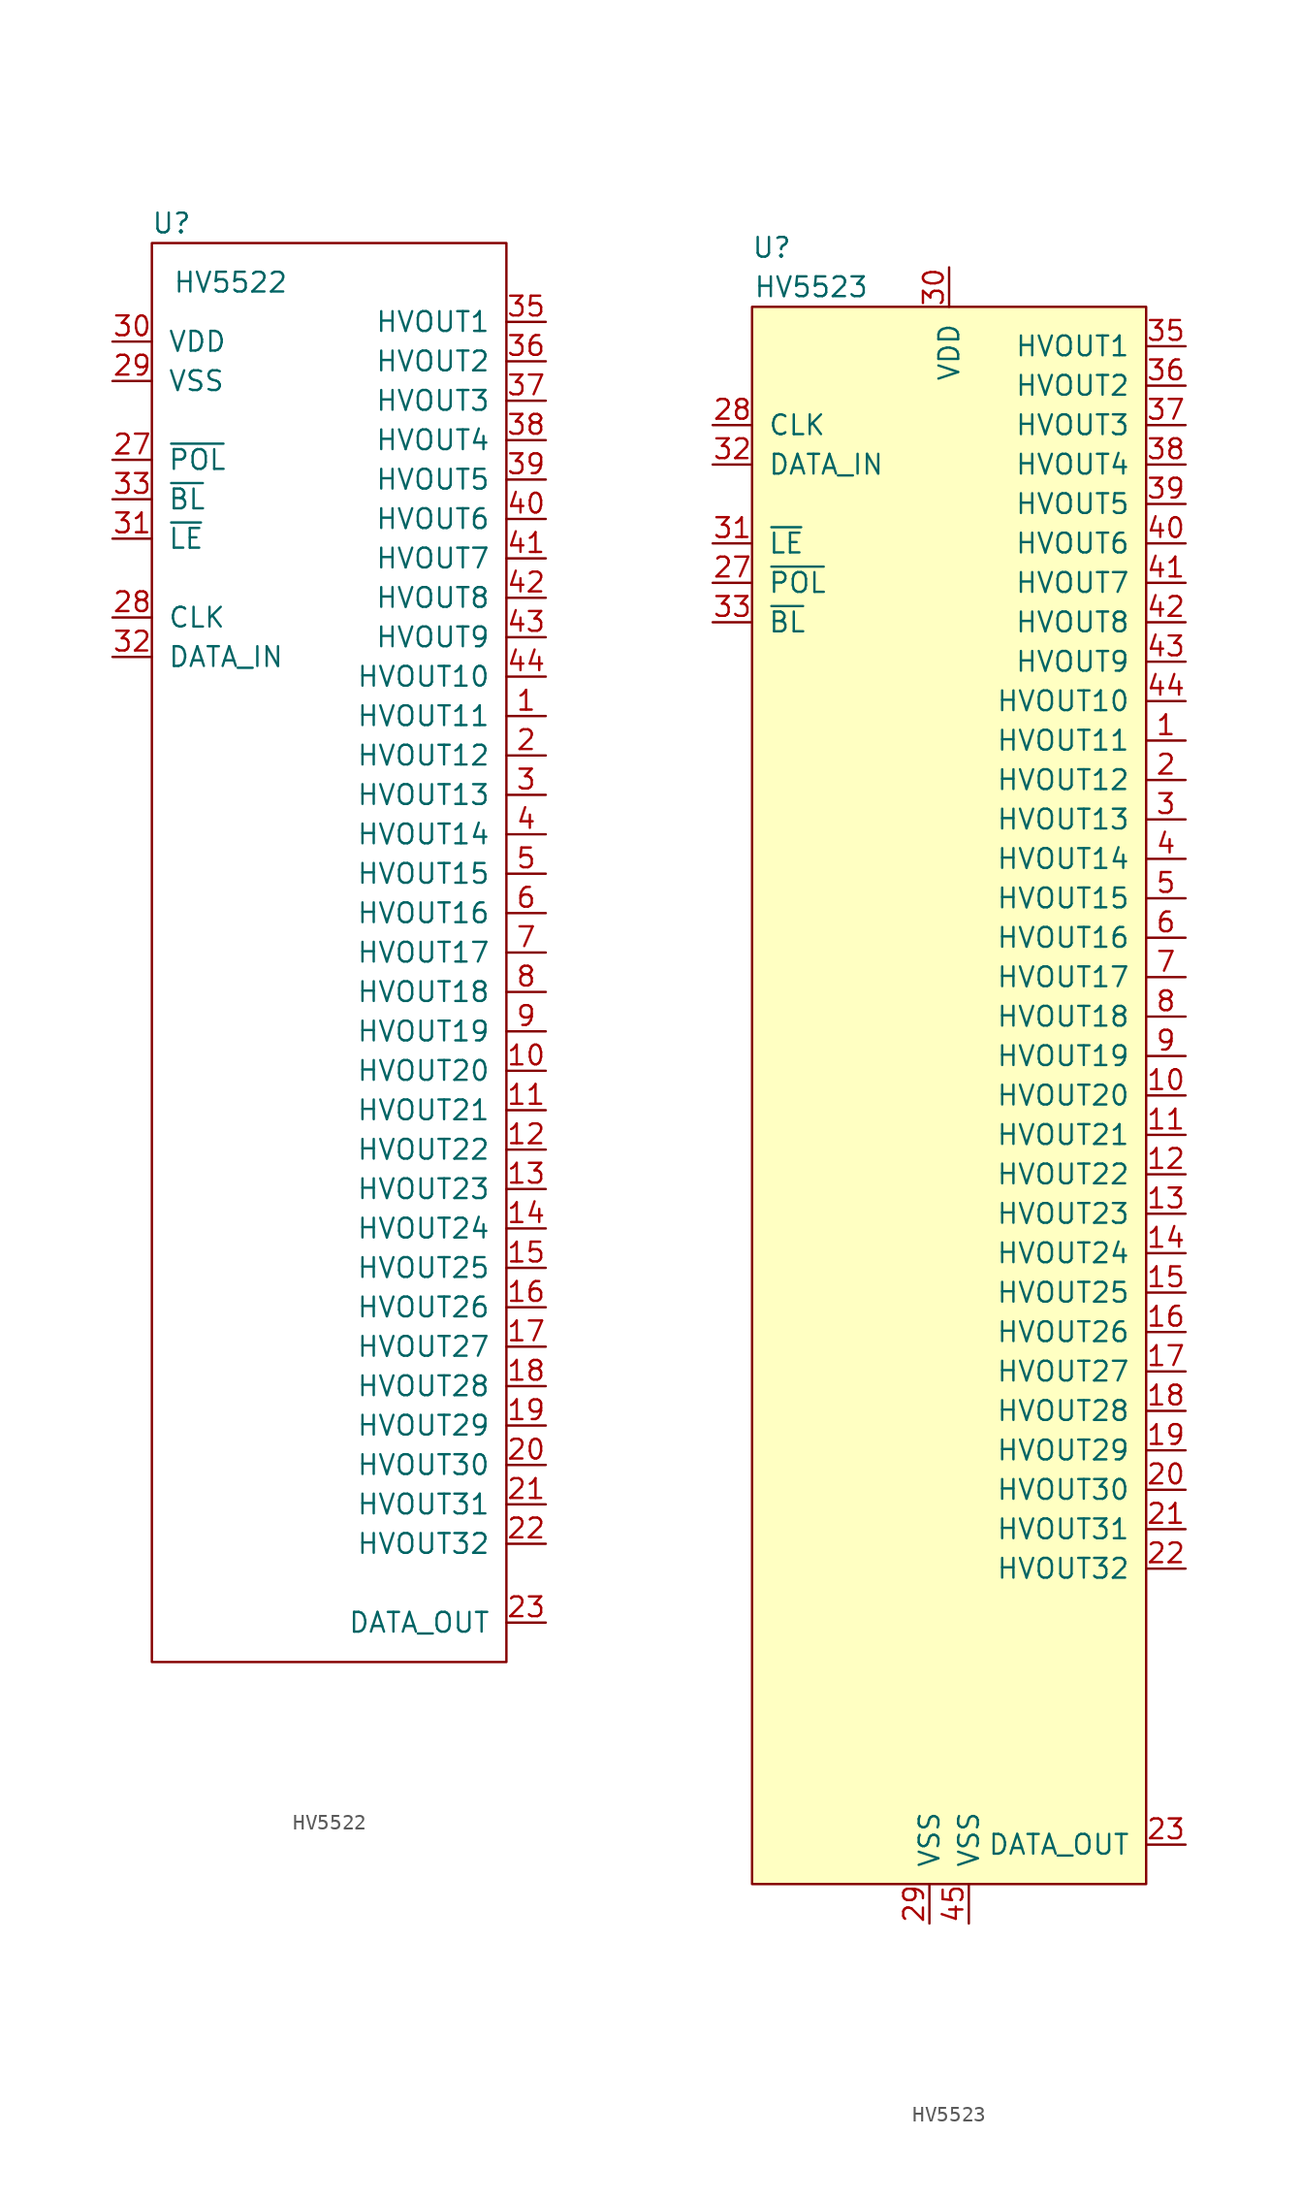
<source format=kicad_sym>
(kicad_symbol_lib
  (version 20211014)
  (generator kicad_symbol_editor)
  (symbol "HV5522"
    (pin_names
      (offset 1.016))
    (property "Reference" "U"
      (at -10.16 45.72 0)
      (effects (font (size 1.27 1.27))))
    (property "Value" "HV5522"
      (at -6.35 41.91 0)
      (effects (font (size 1.27 1.27))))
    (symbol "HV5522_0_1"
      (rectangle (start -11.43 44.45) (end 11.43 -46.99) (stroke (width 0) (type default) (color 0 0 0 0)) (fill (type none))))
    (symbol "HV5522_1_1"
      (pin output line (at 13.97 13.97 180) (length 2.54) (name "HVOUT11" (effects (font (size 1.27 1.27)))) (number "1" (effects (font (size 1.27 1.27)))))
      (pin output line (at 13.97 -8.89 180) (length 2.54) (name "HVOUT20" (effects (font (size 1.27 1.27)))) (number "10" (effects (font (size 1.27 1.27)))))
      (pin output line (at 13.97 -11.43 180) (length 2.54) (name "HVOUT21" (effects (font (size 1.27 1.27)))) (number "11" (effects (font (size 1.27 1.27)))))
      (pin output line (at 13.97 -13.97 180) (length 2.54) (name "HVOUT22" (effects (font (size 1.27 1.27)))) (number "12" (effects (font (size 1.27 1.27)))))
      (pin output line (at 13.97 -16.51 180) (length 2.54) (name "HVOUT23" (effects (font (size 1.27 1.27)))) (number "13" (effects (font (size 1.27 1.27)))))
      (pin output line (at 13.97 -19.05 180) (length 2.54) (name "HVOUT24" (effects (font (size 1.27 1.27)))) (number "14" (effects (font (size 1.27 1.27)))))
      (pin output line (at 13.97 -21.59 180) (length 2.54) (name "HVOUT25" (effects (font (size 1.27 1.27)))) (number "15" (effects (font (size 1.27 1.27)))))
      (pin output line (at 13.97 -24.13 180) (length 2.54) (name "HVOUT26" (effects (font (size 1.27 1.27)))) (number "16" (effects (font (size 1.27 1.27)))))
      (pin output line (at 13.97 -26.67 180) (length 2.54) (name "HVOUT27" (effects (font (size 1.27 1.27)))) (number "17" (effects (font (size 1.27 1.27)))))
      (pin output line (at 13.97 -29.21 180) (length 2.54) (name "HVOUT28" (effects (font (size 1.27 1.27)))) (number "18" (effects (font (size 1.27 1.27)))))
      (pin output line (at 13.97 -31.75 180) (length 2.54) (name "HVOUT29" (effects (font (size 1.27 1.27)))) (number "19" (effects (font (size 1.27 1.27)))))
      (pin output line (at 13.97 11.43 180) (length 2.54) (name "HVOUT12" (effects (font (size 1.27 1.27)))) (number "2" (effects (font (size 1.27 1.27)))))
      (pin output line (at 13.97 -34.29 180) (length 2.54) (name "HVOUT30" (effects (font (size 1.27 1.27)))) (number "20" (effects (font (size 1.27 1.27)))))
      (pin output line (at 13.97 -36.83 180) (length 2.54) (name "HVOUT31" (effects (font (size 1.27 1.27)))) (number "21" (effects (font (size 1.27 1.27)))))
      (pin output line (at 13.97 -39.37 180) (length 2.54) (name "HVOUT32" (effects (font (size 1.27 1.27)))) (number "22" (effects (font (size 1.27 1.27)))))
      (pin output line (at 13.97 -44.45 180) (length 2.54) (name "DATA_OUT" (effects (font (size 1.27 1.27)))) (number "23" (effects (font (size 1.27 1.27)))))
      (pin input line (at -12.7 -39.37 0) (length 2.54) hide (name "NC" (effects (font (size 1.27 1.27)))) (number "24" (effects (font (size 1.27 1.27)))))
      (pin input line (at -12.7 -41.91 0) (length 2.54) hide (name "NC" (effects (font (size 1.27 1.27)))) (number "25" (effects (font (size 1.27 1.27)))))
      (pin input line (at -12.7 -44.45 0) (length 2.54) hide (name "NC" (effects (font (size 1.27 1.27)))) (number "26" (effects (font (size 1.27 1.27)))))
      (pin input line (at -13.97 30.48 0) (length 2.54) (name "~{POL}" (effects (font (size 1.27 1.27)))) (number "27" (effects (font (size 1.27 1.27)))))
      (pin input line (at -13.97 20.32 0) (length 2.54) (name "CLK" (effects (font (size 1.27 1.27)))) (number "28" (effects (font (size 1.27 1.27)))))
      (pin input line (at -13.97 35.56 0) (length 2.54) (name "VSS" (effects (font (size 1.27 1.27)))) (number "29" (effects (font (size 1.27 1.27)))))
      (pin output line (at 13.97 8.89 180) (length 2.54) (name "HVOUT13" (effects (font (size 1.27 1.27)))) (number "3" (effects (font (size 1.27 1.27)))))
      (pin input line (at -13.97 38.1 0) (length 2.54) (name "VDD" (effects (font (size 1.27 1.27)))) (number "30" (effects (font (size 1.27 1.27)))))
      (pin input line (at -13.97 25.4 0) (length 2.54) (name "~{LE}" (effects (font (size 1.27 1.27)))) (number "31" (effects (font (size 1.27 1.27)))))
      (pin input line (at -13.97 17.78 0) (length 2.54) (name "DATA_IN" (effects (font (size 1.27 1.27)))) (number "32" (effects (font (size 1.27 1.27)))))
      (pin input line (at -13.97 27.94 0) (length 2.54) (name "~{BL}" (effects (font (size 1.27 1.27)))) (number "33" (effects (font (size 1.27 1.27)))))
      (pin input line (at -12.7 -36.83 0) (length 2.54) hide (name "NC" (effects (font (size 1.27 1.27)))) (number "34" (effects (font (size 1.27 1.27)))))
      (pin output line (at 13.97 39.37 180) (length 2.54) (name "HVOUT1" (effects (font (size 1.27 1.27)))) (number "35" (effects (font (size 1.27 1.27)))))
      (pin output line (at 13.97 36.83 180) (length 2.54) (name "HVOUT2" (effects (font (size 1.27 1.27)))) (number "36" (effects (font (size 1.27 1.27)))))
      (pin output line (at 13.97 34.29 180) (length 2.54) (name "HVOUT3" (effects (font (size 1.27 1.27)))) (number "37" (effects (font (size 1.27 1.27)))))
      (pin output line (at 13.97 31.75 180) (length 2.54) (name "HVOUT4" (effects (font (size 1.27 1.27)))) (number "38" (effects (font (size 1.27 1.27)))))
      (pin output line (at 13.97 29.21 180) (length 2.54) (name "HVOUT5" (effects (font (size 1.27 1.27)))) (number "39" (effects (font (size 1.27 1.27)))))
      (pin output line (at 13.97 6.35 180) (length 2.54) (name "HVOUT14" (effects (font (size 1.27 1.27)))) (number "4" (effects (font (size 1.27 1.27)))))
      (pin output line (at 13.97 26.67 180) (length 2.54) (name "HVOUT6" (effects (font (size 1.27 1.27)))) (number "40" (effects (font (size 1.27 1.27)))))
      (pin output line (at 13.97 24.13 180) (length 2.54) (name "HVOUT7" (effects (font (size 1.27 1.27)))) (number "41" (effects (font (size 1.27 1.27)))))
      (pin output line (at 13.97 21.59 180) (length 2.54) (name "HVOUT8" (effects (font (size 1.27 1.27)))) (number "42" (effects (font (size 1.27 1.27)))))
      (pin output line (at 13.97 19.05 180) (length 2.54) (name "HVOUT9" (effects (font (size 1.27 1.27)))) (number "43" (effects (font (size 1.27 1.27)))))
      (pin output line (at 13.97 16.51 180) (length 2.54) (name "HVOUT10" (effects (font (size 1.27 1.27)))) (number "44" (effects (font (size 1.27 1.27)))))
      (pin output line (at 13.97 3.81 180) (length 2.54) (name "HVOUT15" (effects (font (size 1.27 1.27)))) (number "5" (effects (font (size 1.27 1.27)))))
      (pin output line (at 13.97 1.27 180) (length 2.54) (name "HVOUT16" (effects (font (size 1.27 1.27)))) (number "6" (effects (font (size 1.27 1.27)))))
      (pin output line (at 13.97 -1.27 180) (length 2.54) (name "HVOUT17" (effects (font (size 1.27 1.27)))) (number "7" (effects (font (size 1.27 1.27)))))
      (pin output line (at 13.97 -3.81 180) (length 2.54) (name "HVOUT18" (effects (font (size 1.27 1.27)))) (number "8" (effects (font (size 1.27 1.27)))))
      (pin output line (at 13.97 -6.35 180) (length 2.54) (name "HVOUT19" (effects (font (size 1.27 1.27)))) (number "9" (effects (font (size 1.27 1.27)))))))
  (symbol "HV5523"
    (pin_names
      (offset 1.016))
    (property "Reference" "U"
      (at -11.43 54.61 0)
      (effects (font (size 1.27 1.27))))
    (property "Value" "HV5523"
      (at -8.89 52.07 0)
      (effects (font (size 1.27 1.27))))
    (symbol "HV5523_0_1"
      (rectangle (start -12.7 50.8) (end 12.7 -50.8) (stroke (width 0) (type default) (color 0 0 0 0)) (fill (type background))))
    (symbol "HV5523_1_1"
      (pin output line (at 15.24 22.86 180) (length 2.54) (name "HVOUT11" (effects (font (size 1.27 1.27)))) (number "1" (effects (font (size 1.27 1.27)))))
      (pin output line (at 15.24 0 180) (length 2.54) (name "HVOUT20" (effects (font (size 1.27 1.27)))) (number "10" (effects (font (size 1.27 1.27)))))
      (pin output line (at 15.24 -2.54 180) (length 2.54) (name "HVOUT21" (effects (font (size 1.27 1.27)))) (number "11" (effects (font (size 1.27 1.27)))))
      (pin output line (at 15.24 -5.08 180) (length 2.54) (name "HVOUT22" (effects (font (size 1.27 1.27)))) (number "12" (effects (font (size 1.27 1.27)))))
      (pin output line (at 15.24 -7.62 180) (length 2.54) (name "HVOUT23" (effects (font (size 1.27 1.27)))) (number "13" (effects (font (size 1.27 1.27)))))
      (pin output line (at 15.24 -10.16 180) (length 2.54) (name "HVOUT24" (effects (font (size 1.27 1.27)))) (number "14" (effects (font (size 1.27 1.27)))))
      (pin output line (at 15.24 -12.7 180) (length 2.54) (name "HVOUT25" (effects (font (size 1.27 1.27)))) (number "15" (effects (font (size 1.27 1.27)))))
      (pin output line (at 15.24 -15.24 180) (length 2.54) (name "HVOUT26" (effects (font (size 1.27 1.27)))) (number "16" (effects (font (size 1.27 1.27)))))
      (pin output line (at 15.24 -17.78 180) (length 2.54) (name "HVOUT27" (effects (font (size 1.27 1.27)))) (number "17" (effects (font (size 1.27 1.27)))))
      (pin output line (at 15.24 -20.32 180) (length 2.54) (name "HVOUT28" (effects (font (size 1.27 1.27)))) (number "18" (effects (font (size 1.27 1.27)))))
      (pin output line (at 15.24 -22.86 180) (length 2.54) (name "HVOUT29" (effects (font (size 1.27 1.27)))) (number "19" (effects (font (size 1.27 1.27)))))
      (pin output line (at 15.24 20.32 180) (length 2.54) (name "HVOUT12" (effects (font (size 1.27 1.27)))) (number "2" (effects (font (size 1.27 1.27)))))
      (pin output line (at 15.24 -25.4 180) (length 2.54) (name "HVOUT30" (effects (font (size 1.27 1.27)))) (number "20" (effects (font (size 1.27 1.27)))))
      (pin output line (at 15.24 -27.94 180) (length 2.54) (name "HVOUT31" (effects (font (size 1.27 1.27)))) (number "21" (effects (font (size 1.27 1.27)))))
      (pin output line (at 15.24 -30.48 180) (length 2.54) (name "HVOUT32" (effects (font (size 1.27 1.27)))) (number "22" (effects (font (size 1.27 1.27)))))
      (pin output line (at 15.24 -48.26 180) (length 2.54) (name "DATA_OUT" (effects (font (size 1.27 1.27)))) (number "23" (effects (font (size 1.27 1.27)))))
      (pin output line (at 15.24 -35.56 180) (length 2.54) hide (name "N/C" (effects (font (size 1.27 1.27)))) (number "24" (effects (font (size 1.27 1.27)))))
      (pin output line (at 15.24 -38.1 180) (length 2.54) hide (name "N/C" (effects (font (size 1.27 1.27)))) (number "25" (effects (font (size 1.27 1.27)))))
      (pin output line (at 15.24 -40.64 180) (length 2.54) hide (name "N/C" (effects (font (size 1.27 1.27)))) (number "26" (effects (font (size 1.27 1.27)))))
      (pin input line (at -15.24 33.02 0) (length 2.54) (name "~{POL}" (effects (font (size 1.27 1.27)))) (number "27" (effects (font (size 1.27 1.27)))))
      (pin input line (at -15.24 43.18 0) (length 2.54) (name "CLK" (effects (font (size 1.27 1.27)))) (number "28" (effects (font (size 1.27 1.27)))))
      (pin power_out line (at -1.27 -53.34 90) (length 2.54) (name "VSS" (effects (font (size 1.27 1.27)))) (number "29" (effects (font (size 1.27 1.27)))))
      (pin output line (at 15.24 17.78 180) (length 2.54) (name "HVOUT13" (effects (font (size 1.27 1.27)))) (number "3" (effects (font (size 1.27 1.27)))))
      (pin power_in line (at 0 53.34 270) (length 2.54) (name "VDD" (effects (font (size 1.27 1.27)))) (number "30" (effects (font (size 1.27 1.27)))))
      (pin input line (at -15.24 35.56 0) (length 2.54) (name "~{LE}" (effects (font (size 1.27 1.27)))) (number "31" (effects (font (size 1.27 1.27)))))
      (pin input line (at -15.24 40.64 0) (length 2.54) (name "DATA_IN" (effects (font (size 1.27 1.27)))) (number "32" (effects (font (size 1.27 1.27)))))
      (pin input line (at -15.24 30.48 0) (length 2.54) (name "~{BL}" (effects (font (size 1.27 1.27)))) (number "33" (effects (font (size 1.27 1.27)))))
      (pin output line (at 15.24 -43.18 180) (length 2.54) hide (name "N/C" (effects (font (size 1.27 1.27)))) (number "34" (effects (font (size 1.27 1.27)))))
      (pin output line (at 15.24 48.26 180) (length 2.54) (name "HVOUT1" (effects (font (size 1.27 1.27)))) (number "35" (effects (font (size 1.27 1.27)))))
      (pin output line (at 15.24 45.72 180) (length 2.54) (name "HVOUT2" (effects (font (size 1.27 1.27)))) (number "36" (effects (font (size 1.27 1.27)))))
      (pin output line (at 15.24 43.18 180) (length 2.54) (name "HVOUT3" (effects (font (size 1.27 1.27)))) (number "37" (effects (font (size 1.27 1.27)))))
      (pin output line (at 15.24 40.64 180) (length 2.54) (name "HVOUT4" (effects (font (size 1.27 1.27)))) (number "38" (effects (font (size 1.27 1.27)))))
      (pin output line (at 15.24 38.1 180) (length 2.54) (name "HVOUT5" (effects (font (size 1.27 1.27)))) (number "39" (effects (font (size 1.27 1.27)))))
      (pin output line (at 15.24 15.24 180) (length 2.54) (name "HVOUT14" (effects (font (size 1.27 1.27)))) (number "4" (effects (font (size 1.27 1.27)))))
      (pin output line (at 15.24 35.56 180) (length 2.54) (name "HVOUT6" (effects (font (size 1.27 1.27)))) (number "40" (effects (font (size 1.27 1.27)))))
      (pin output line (at 15.24 33.02 180) (length 2.54) (name "HVOUT7" (effects (font (size 1.27 1.27)))) (number "41" (effects (font (size 1.27 1.27)))))
      (pin output line (at 15.24 30.48 180) (length 2.54) (name "HVOUT8" (effects (font (size 1.27 1.27)))) (number "42" (effects (font (size 1.27 1.27)))))
      (pin output line (at 15.24 27.94 180) (length 2.54) (name "HVOUT9" (effects (font (size 1.27 1.27)))) (number "43" (effects (font (size 1.27 1.27)))))
      (pin output line (at 15.24 25.4 180) (length 2.54) (name "HVOUT10" (effects (font (size 1.27 1.27)))) (number "44" (effects (font (size 1.27 1.27)))))
      (pin power_out line (at 1.27 -53.34 90) (length 2.54) (name "VSS" (effects (font (size 1.27 1.27)))) (number "45" (effects (font (size 1.27 1.27)))))
      (pin output line (at 15.24 12.7 180) (length 2.54) (name "HVOUT15" (effects (font (size 1.27 1.27)))) (number "5" (effects (font (size 1.27 1.27)))))
      (pin output line (at 15.24 10.16 180) (length 2.54) (name "HVOUT16" (effects (font (size 1.27 1.27)))) (number "6" (effects (font (size 1.27 1.27)))))
      (pin output line (at 15.24 7.62 180) (length 2.54) (name "HVOUT17" (effects (font (size 1.27 1.27)))) (number "7" (effects (font (size 1.27 1.27)))))
      (pin output line (at 15.24 5.08 180) (length 2.54) (name "HVOUT18" (effects (font (size 1.27 1.27)))) (number "8" (effects (font (size 1.27 1.27)))))
      (pin output line (at 15.24 2.54 180) (length 2.54) (name "HVOUT19" (effects (font (size 1.27 1.27)))) (number "9" (effects (font (size 1.27 1.27))))))))
</source>
